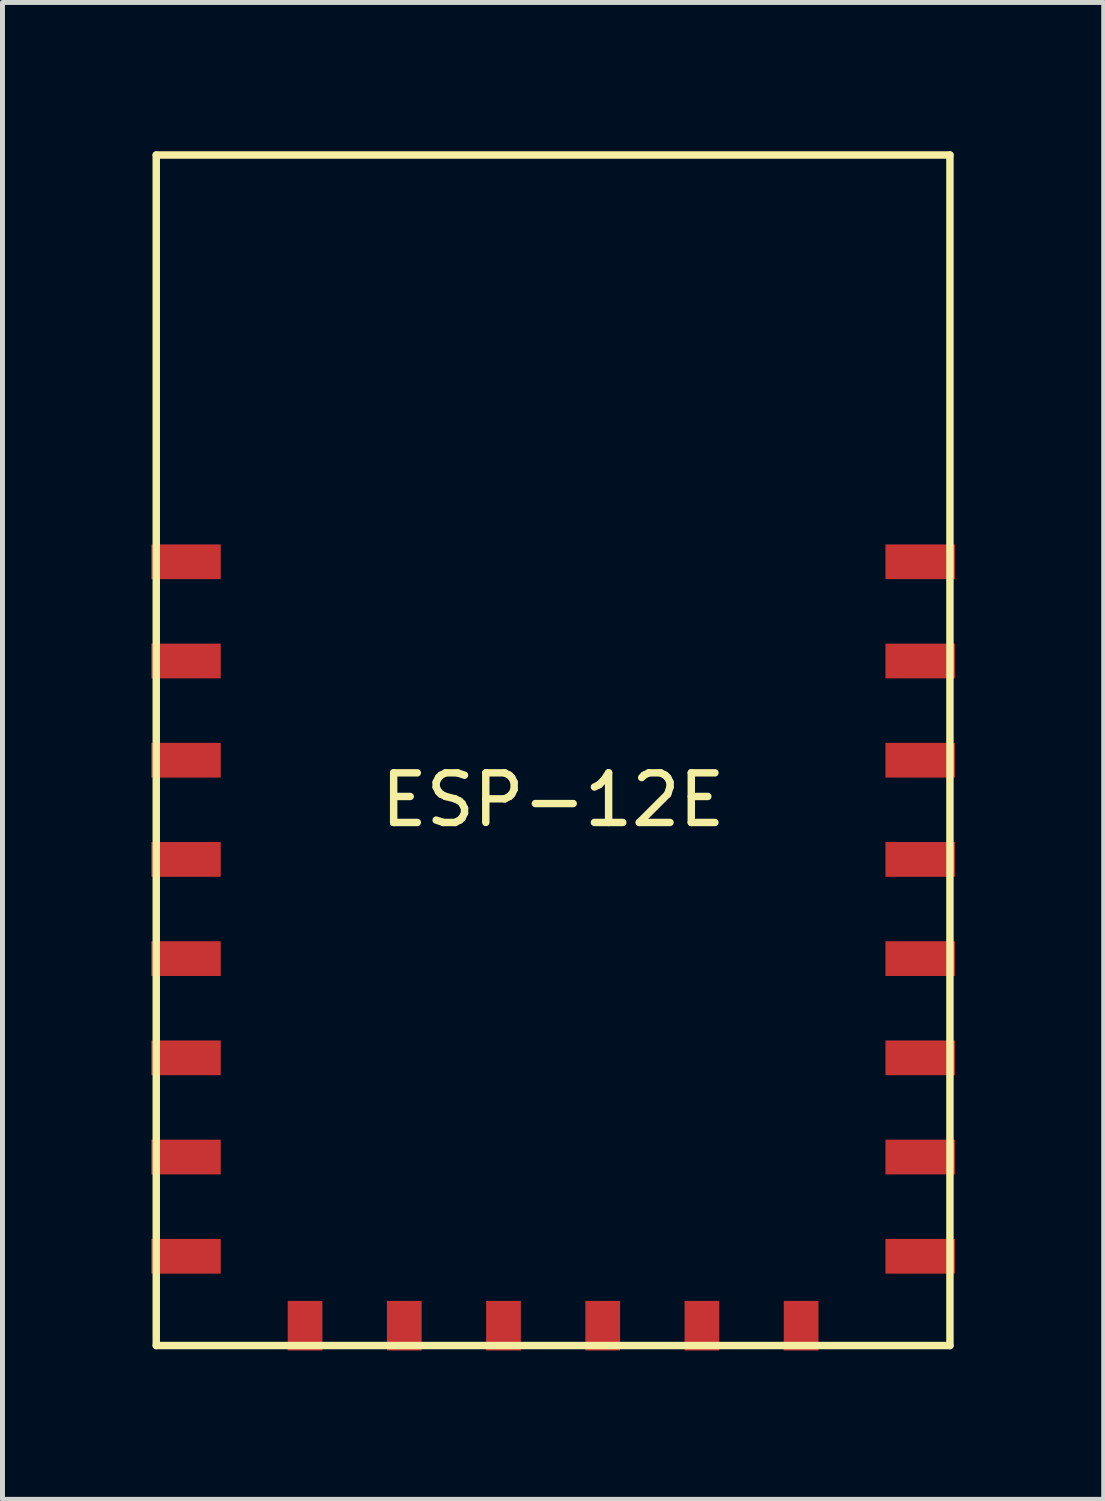
<source format=kicad_pcb>
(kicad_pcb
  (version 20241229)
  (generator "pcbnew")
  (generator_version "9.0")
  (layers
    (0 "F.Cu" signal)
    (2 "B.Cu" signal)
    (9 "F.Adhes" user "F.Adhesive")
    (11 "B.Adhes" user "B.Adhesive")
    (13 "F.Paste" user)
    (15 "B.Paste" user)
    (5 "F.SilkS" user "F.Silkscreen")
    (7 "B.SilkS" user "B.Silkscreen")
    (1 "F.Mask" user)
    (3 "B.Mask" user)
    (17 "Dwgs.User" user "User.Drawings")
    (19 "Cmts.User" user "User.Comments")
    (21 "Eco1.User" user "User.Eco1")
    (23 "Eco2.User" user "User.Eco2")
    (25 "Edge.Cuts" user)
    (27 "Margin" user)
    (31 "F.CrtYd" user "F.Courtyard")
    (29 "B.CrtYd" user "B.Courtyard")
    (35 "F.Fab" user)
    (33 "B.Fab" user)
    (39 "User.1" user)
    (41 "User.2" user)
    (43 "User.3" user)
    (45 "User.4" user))
  (footprint "ESP-12E"
    (layer "F.Cu")
    (at 8.1 12.075)
    (property "Reference" "ESP-12E" (at 0 1 0) (layer "F.SilkS") (effects (font (size 1 1) (thickness 0.15))))
    (attr through_hole)
    (fp_line (start -8 -12) (end 8 -12) (stroke (width 0.15) (type solid)) (layer "F.SilkS"))
    (fp_line (start -8 12) (end -8 -12) (stroke (width 0.15) (type solid)) (layer "F.SilkS"))
    (fp_line (start 8 -12) (end 8 12) (stroke (width 0.15) (type solid)) (layer "F.SilkS"))
    (fp_line (start 8 12) (end -8 12) (stroke (width 0.15) (type solid)) (layer "F.SilkS"))
    (pad "1" smd rect (at -7.4 -3.8) (size 1.4 0.7) (layers "F.Cu" "F.Mask" "F.Paste"))
    (pad "2" smd rect (at -7.4 -1.8) (size 1.4 0.7) (layers "F.Cu" "F.Mask" "F.Paste"))
    (pad "3" smd rect (at -7.4 0.2) (size 1.4 0.7) (layers "F.Cu" "F.Mask" "F.Paste"))
    (pad "4" smd rect (at -7.4 2.2) (size 1.4 0.7) (layers "F.Cu" "F.Mask" "F.Paste"))
    (pad "5" smd rect (at -7.4 4.2) (size 1.4 0.7) (layers "F.Cu" "F.Mask" "F.Paste"))
    (pad "6" smd rect (at -7.4 6.2) (size 1.4 0.7) (layers "F.Cu" "F.Mask" "F.Paste"))
    (pad "7" smd rect (at -7.4 8.2) (size 1.4 0.7) (layers "F.Cu" "F.Mask" "F.Paste"))
    (pad "8" smd rect (at -7.4 10.2) (size 1.4 0.7) (layers "F.Cu" "F.Mask" "F.Paste"))
    (pad "9" smd rect (at -5 11.6) (size 0.7 1) (layers "F.Cu" "F.Mask" "F.Paste"))
    (pad "10" smd rect (at -3 11.6) (size 0.7 1) (layers "F.Cu" "F.Mask" "F.Paste"))
    (pad "11" smd rect (at -1 11.6) (size 0.7 1) (layers "F.Cu" "F.Mask" "F.Paste"))
    (pad "12" smd rect (at 1 11.6) (size 0.7 1) (layers "F.Cu" "F.Mask" "F.Paste"))
    (pad "13" smd rect (at 3 11.6) (size 0.7 1) (layers "F.Cu" "F.Mask" "F.Paste"))
    (pad "14" smd rect (at 5 11.6) (size 0.7 1) (layers "F.Cu" "F.Mask" "F.Paste"))
    (pad "15" smd rect (at 7.4 10.2) (size 1.4 0.7) (layers "F.Cu" "F.Mask" "F.Paste"))
    (pad "16" smd rect (at 7.4 8.2) (size 1.4 0.7) (layers "F.Cu" "F.Mask" "F.Paste"))
    (pad "17" smd rect (at 7.4 6.2) (size 1.4 0.7) (layers "F.Cu" "F.Mask" "F.Paste"))
    (pad "18" smd rect (at 7.4 4.2) (size 1.4 0.7) (layers "F.Cu" "F.Mask" "F.Paste"))
    (pad "19" smd rect (at 7.4 2.2) (size 1.4 0.7) (layers "F.Cu" "F.Mask" "F.Paste"))
    (pad "20" smd rect (at 7.4 0.2) (size 1.4 0.7) (layers "F.Cu" "F.Mask" "F.Paste"))
    (pad "21" smd rect (at 7.4 -1.8) (size 1.4 0.7) (layers "F.Cu" "F.Mask" "F.Paste"))
    (pad "22" smd rect (at 7.4 -3.8) (size 1.4 0.7) (layers "F.Cu" "F.Mask" "F.Paste")))
  (gr_rect
    (start -3 -3)
    (end 19.2 27.175)
    (stroke (width 0.1) (type default))
    (fill no)
    (layer "Edge.Cuts")))
</source>
